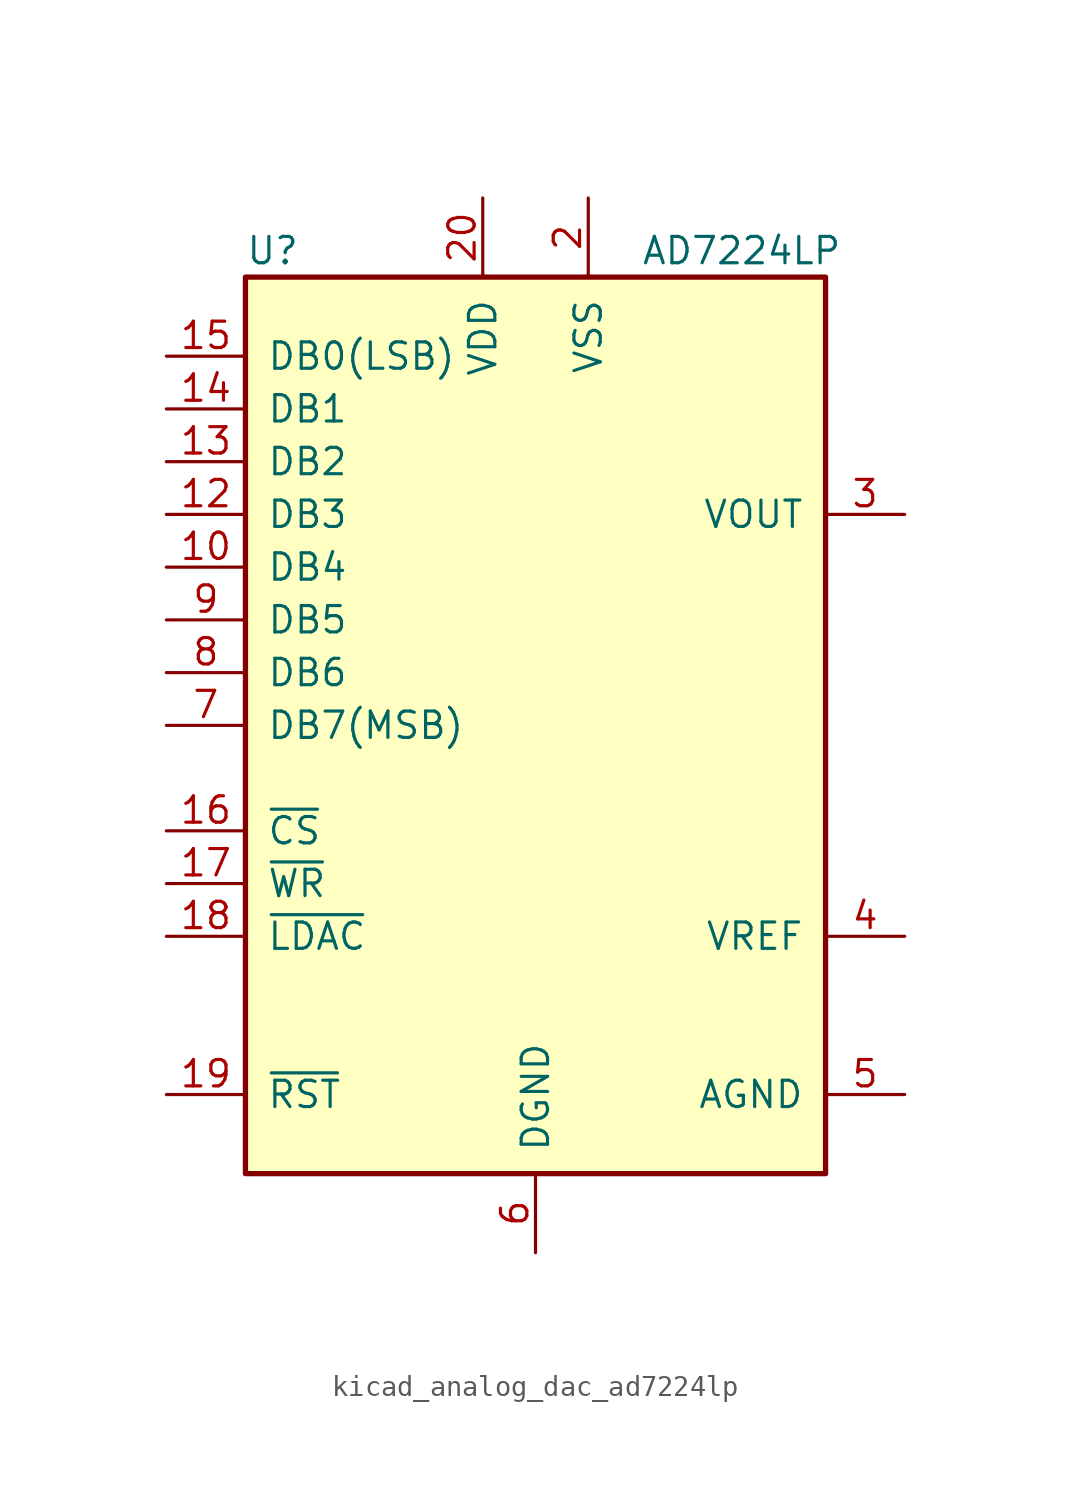
<source format=kicad_sym>
(kicad_symbol_lib
  (version 20220914)
  (generator kicad_symbol_editor)
  (symbol "kicad_analog_dac_ad7224lp"
    (pin_names
      (offset 1.016))
    (property "Reference" "U"
      (at -13.97 22.86 0)
      (effects (font (size 1.27 1.27)) (justify left)))
    (property "Value" "AD7224LP"
      (at 5.08 22.86 0)
      (effects (font (size 1.27 1.27)) (justify left)))
    (symbol "kicad_analog_dac_ad7224lp_1_1"
      (rectangle (start -13.97 -21.59) (end 13.97 21.59) (stroke (width 0.254) (type default)) (fill (type background)))
      (pin input line (at -17.78 7.62 0) (length 3.81) (name "DB4" (effects (font (size 1.27 1.27)))) (number "10" (effects (font (size 1.27 1.27)))))
      (pin input line (at -17.78 10.16 0) (length 3.81) (name "DB3" (effects (font (size 1.27 1.27)))) (number "12" (effects (font (size 1.27 1.27)))))
      (pin input line (at -17.78 12.7 0) (length 3.81) (name "DB2" (effects (font (size 1.27 1.27)))) (number "13" (effects (font (size 1.27 1.27)))))
      (pin input line (at -17.78 15.24 0) (length 3.81) (name "DB1" (effects (font (size 1.27 1.27)))) (number "14" (effects (font (size 1.27 1.27)))))
      (pin input line (at -17.78 17.78 0) (length 3.81) (name "DB0(LSB)" (effects (font (size 1.27 1.27)))) (number "15" (effects (font (size 1.27 1.27)))))
      (pin input line (at -17.78 -5.08 0) (length 3.81) (name "~{CS}" (effects (font (size 1.27 1.27)))) (number "16" (effects (font (size 1.27 1.27)))))
      (pin input line (at -17.78 -7.62 0) (length 3.81) (name "~{WR}" (effects (font (size 1.27 1.27)))) (number "17" (effects (font (size 1.27 1.27)))))
      (pin input line (at -17.78 -10.16 0) (length 3.81) (name "~{LDAC}" (effects (font (size 1.27 1.27)))) (number "18" (effects (font (size 1.27 1.27)))))
      (pin input line (at -17.78 -17.78 0) (length 3.81) (name "~{RST}" (effects (font (size 1.27 1.27)))) (number "19" (effects (font (size 1.27 1.27)))))
      (pin power_in line (at 2.54 25.4 270) (length 3.81) (name "VSS" (effects (font (size 1.27 1.27)))) (number "2" (effects (font (size 1.27 1.27)))))
      (pin power_in line (at -2.54 25.4 270) (length 3.81) (name "VDD" (effects (font (size 1.27 1.27)))) (number "20" (effects (font (size 1.27 1.27)))))
      (pin output line (at 17.78 10.16 180) (length 3.81) (name "VOUT" (effects (font (size 1.27 1.27)))) (number "3" (effects (font (size 1.27 1.27)))))
      (pin passive line (at 17.78 -10.16 180) (length 3.81) (name "VREF" (effects (font (size 1.27 1.27)))) (number "4" (effects (font (size 1.27 1.27)))))
      (pin passive line (at 17.78 -17.78 180) (length 3.81) (name "AGND" (effects (font (size 1.27 1.27)))) (number "5" (effects (font (size 1.27 1.27)))))
      (pin power_in line (at 0 -25.4 90) (length 3.81) (name "DGND" (effects (font (size 1.27 1.27)))) (number "6" (effects (font (size 1.27 1.27)))))
      (pin input line (at -17.78 0 0) (length 3.81) (name "DB7(MSB)" (effects (font (size 1.27 1.27)))) (number "7" (effects (font (size 1.27 1.27)))))
      (pin input line (at -17.78 2.54 0) (length 3.81) (name "DB6" (effects (font (size 1.27 1.27)))) (number "8" (effects (font (size 1.27 1.27)))))
      (pin input line (at -17.78 5.08 0) (length 3.81) (name "DB5" (effects (font (size 1.27 1.27)))) (number "9" (effects (font (size 1.27 1.27))))))))
</source>
